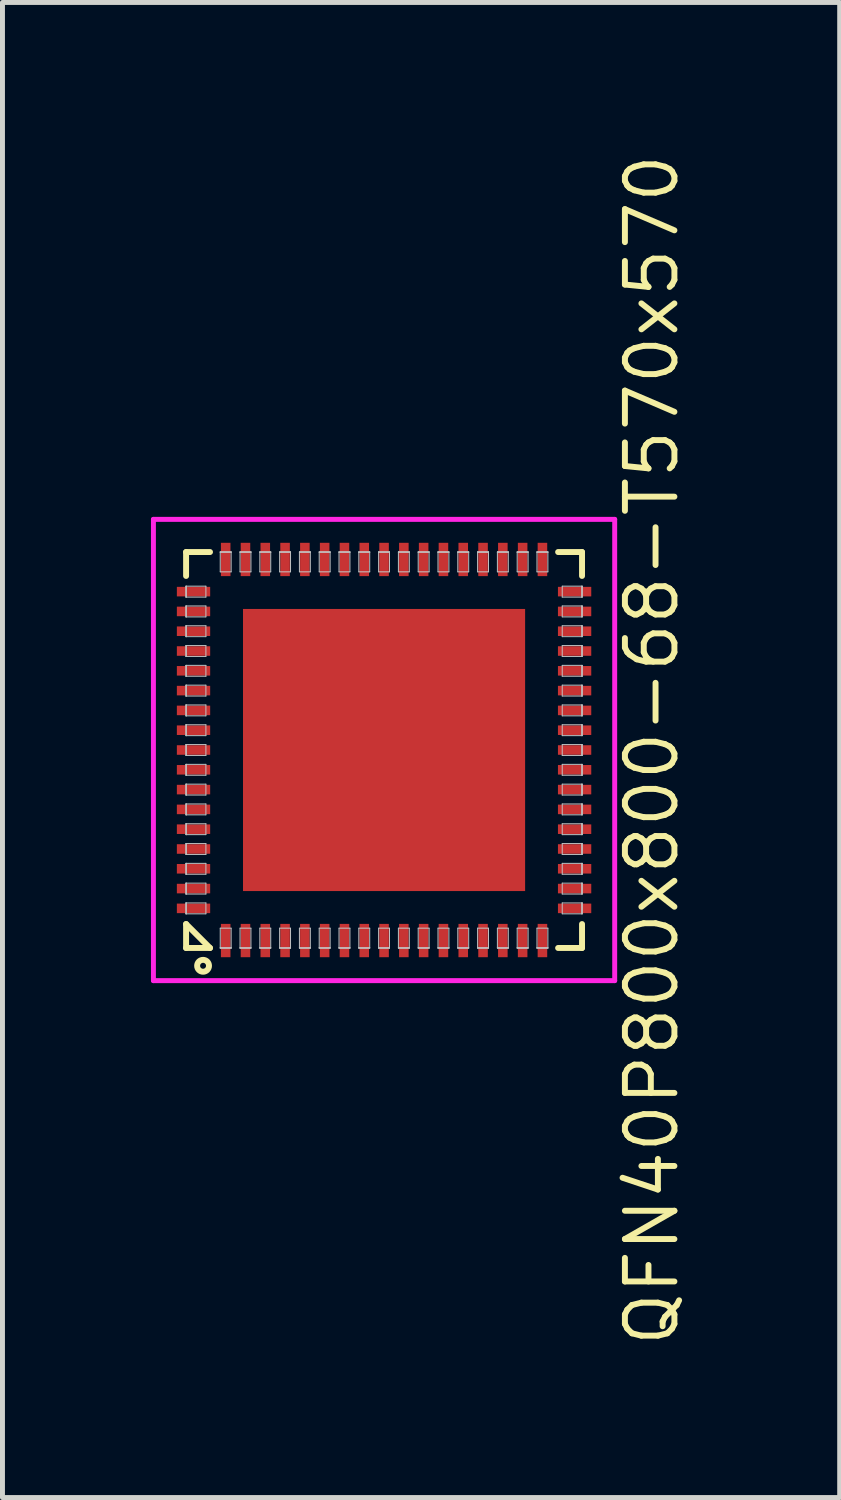
<source format=kicad_pcb>
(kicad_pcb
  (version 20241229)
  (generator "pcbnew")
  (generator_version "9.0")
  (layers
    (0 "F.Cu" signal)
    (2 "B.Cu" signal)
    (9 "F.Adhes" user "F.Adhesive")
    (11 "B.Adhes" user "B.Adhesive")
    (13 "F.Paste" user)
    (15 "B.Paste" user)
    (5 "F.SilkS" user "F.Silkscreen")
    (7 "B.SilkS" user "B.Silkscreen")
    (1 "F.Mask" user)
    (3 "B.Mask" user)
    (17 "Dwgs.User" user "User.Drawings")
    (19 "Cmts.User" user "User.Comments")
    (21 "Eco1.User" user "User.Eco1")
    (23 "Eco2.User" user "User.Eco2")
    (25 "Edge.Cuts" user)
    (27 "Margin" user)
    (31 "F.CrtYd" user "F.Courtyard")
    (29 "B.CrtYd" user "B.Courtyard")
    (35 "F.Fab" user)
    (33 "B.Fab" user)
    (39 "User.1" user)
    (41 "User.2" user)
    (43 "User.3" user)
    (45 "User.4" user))
  (footprint "QFN40P800x800-68-T570x570"
    (layer "F.Cu")
    (at 4.71 12.104)
    (property "Reference" "QFN40P800x800-68-T570x570" (at 5.41 0 90) (layer "F.SilkS") (effects (font (size 1 1) (thickness 0.12))))
    (attr through_hole)
    (fp_line (start -4 -4) (end -4 -3.517) (stroke (width 0.12) (type solid)) (layer "F.SilkS"))
    (fp_line (start -4 -4) (end -3.517 -4) (stroke (width 0.12) (type solid)) (layer "F.SilkS"))
    (fp_line (start -4 3.517) (end -3.517 4) (stroke (width 0.12) (type solid)) (layer "F.SilkS"))
    (fp_line (start -4 4) (end -4 3.517) (stroke (width 0.12) (type solid)) (layer "F.SilkS"))
    (fp_line (start -4 4) (end -3.517 4) (stroke (width 0.12) (type solid)) (layer "F.SilkS"))
    (fp_line (start 4 -4) (end 3.517 -4) (stroke (width 0.12) (type solid)) (layer "F.SilkS"))
    (fp_line (start 4 -4) (end 4 -3.517) (stroke (width 0.12) (type solid)) (layer "F.SilkS"))
    (fp_line (start 4 4) (end 3.517 4) (stroke (width 0.12) (type solid)) (layer "F.SilkS"))
    (fp_line (start 4 4) (end 4 3.517) (stroke (width 0.12) (type solid)) (layer "F.SilkS"))
    (fp_circle (center -3.657 4.36) (end -3.537 4.36) (stroke (width 0.12) (type solid)) (fill no) (layer "F.SilkS"))
    (fp_line (start -4 -3.31) (end -4 -3.31) (stroke (width 0.02) (type solid)) (layer "Dwgs.User"))
    (fp_line (start -4 -3.31) (end -4 -3.09) (stroke (width 0.02) (type solid)) (layer "Dwgs.User"))
    (fp_line (start -4 -3.31) (end -3.6 -3.31) (stroke (width 0.02) (type solid)) (layer "Dwgs.User"))
    (fp_line (start -4 -3.09) (end -4 -3.31) (stroke (width 0.02) (type solid)) (layer "Dwgs.User"))
    (fp_line (start -4 -3.09) (end -4 -3.31) (stroke (width 0.02) (type solid)) (layer "Dwgs.User"))
    (fp_line (start -4 -3.09) (end -4 -3.09) (stroke (width 0.02) (type solid)) (layer "Dwgs.User"))
    (fp_line (start -4 -2.91) (end -4 -2.91) (stroke (width 0.02) (type solid)) (layer "Dwgs.User"))
    (fp_line (start -4 -2.91) (end -4 -2.69) (stroke (width 0.02) (type solid)) (layer "Dwgs.User"))
    (fp_line (start -4 -2.91) (end -3.6 -2.91) (stroke (width 0.02) (type solid)) (layer "Dwgs.User"))
    (fp_line (start -4 -2.69) (end -4 -2.91) (stroke (width 0.02) (type solid)) (layer "Dwgs.User"))
    (fp_line (start -4 -2.69) (end -4 -2.91) (stroke (width 0.02) (type solid)) (layer "Dwgs.User"))
    (fp_line (start -4 -2.69) (end -4 -2.69) (stroke (width 0.02) (type solid)) (layer "Dwgs.User"))
    (fp_line (start -4 -2.51) (end -4 -2.51) (stroke (width 0.02) (type solid)) (layer "Dwgs.User"))
    (fp_line (start -4 -2.51) (end -4 -2.29) (stroke (width 0.02) (type solid)) (layer "Dwgs.User"))
    (fp_line (start -4 -2.51) (end -3.6 -2.51) (stroke (width 0.02) (type solid)) (layer "Dwgs.User"))
    (fp_line (start -4 -2.29) (end -4 -2.51) (stroke (width 0.02) (type solid)) (layer "Dwgs.User"))
    (fp_line (start -4 -2.29) (end -4 -2.51) (stroke (width 0.02) (type solid)) (layer "Dwgs.User"))
    (fp_line (start -4 -2.29) (end -4 -2.29) (stroke (width 0.02) (type solid)) (layer "Dwgs.User"))
    (fp_line (start -4 -2.11) (end -4 -2.11) (stroke (width 0.02) (type solid)) (layer "Dwgs.User"))
    (fp_line (start -4 -2.11) (end -4 -1.89) (stroke (width 0.02) (type solid)) (layer "Dwgs.User"))
    (fp_line (start -4 -2.11) (end -3.6 -2.11) (stroke (width 0.02) (type solid)) (layer "Dwgs.User"))
    (fp_line (start -4 -1.89) (end -4 -2.11) (stroke (width 0.02) (type solid)) (layer "Dwgs.User"))
    (fp_line (start -4 -1.89) (end -4 -2.11) (stroke (width 0.02) (type solid)) (layer "Dwgs.User"))
    (fp_line (start -4 -1.89) (end -4 -1.89) (stroke (width 0.02) (type solid)) (layer "Dwgs.User"))
    (fp_line (start -4 -1.71) (end -4 -1.71) (stroke (width 0.02) (type solid)) (layer "Dwgs.User"))
    (fp_line (start -4 -1.71) (end -4 -1.49) (stroke (width 0.02) (type solid)) (layer "Dwgs.User"))
    (fp_line (start -4 -1.71) (end -3.6 -1.71) (stroke (width 0.02) (type solid)) (layer "Dwgs.User"))
    (fp_line (start -4 -1.49) (end -4 -1.71) (stroke (width 0.02) (type solid)) (layer "Dwgs.User"))
    (fp_line (start -4 -1.49) (end -4 -1.71) (stroke (width 0.02) (type solid)) (layer "Dwgs.User"))
    (fp_line (start -4 -1.49) (end -4 -1.49) (stroke (width 0.02) (type solid)) (layer "Dwgs.User"))
    (fp_line (start -4 -1.31) (end -4 -1.31) (stroke (width 0.02) (type solid)) (layer "Dwgs.User"))
    (fp_line (start -4 -1.31) (end -4 -1.09) (stroke (width 0.02) (type solid)) (layer "Dwgs.User"))
    (fp_line (start -4 -1.31) (end -3.6 -1.31) (stroke (width 0.02) (type solid)) (layer "Dwgs.User"))
    (fp_line (start -4 -1.09) (end -4 -1.31) (stroke (width 0.02) (type solid)) (layer "Dwgs.User"))
    (fp_line (start -4 -1.09) (end -4 -1.31) (stroke (width 0.02) (type solid)) (layer "Dwgs.User"))
    (fp_line (start -4 -1.09) (end -4 -1.09) (stroke (width 0.02) (type solid)) (layer "Dwgs.User"))
    (fp_line (start -4 -0.91) (end -4 -0.91) (stroke (width 0.02) (type solid)) (layer "Dwgs.User"))
    (fp_line (start -4 -0.91) (end -4 -0.69) (stroke (width 0.02) (type solid)) (layer "Dwgs.User"))
    (fp_line (start -4 -0.91) (end -3.6 -0.91) (stroke (width 0.02) (type solid)) (layer "Dwgs.User"))
    (fp_line (start -4 -0.69) (end -4 -0.91) (stroke (width 0.02) (type solid)) (layer "Dwgs.User"))
    (fp_line (start -4 -0.69) (end -4 -0.91) (stroke (width 0.02) (type solid)) (layer "Dwgs.User"))
    (fp_line (start -4 -0.69) (end -4 -0.69) (stroke (width 0.02) (type solid)) (layer "Dwgs.User"))
    (fp_line (start -4 -0.51) (end -4 -0.51) (stroke (width 0.02) (type solid)) (layer "Dwgs.User"))
    (fp_line (start -4 -0.51) (end -4 -0.29) (stroke (width 0.02) (type solid)) (layer "Dwgs.User"))
    (fp_line (start -4 -0.51) (end -3.6 -0.51) (stroke (width 0.02) (type solid)) (layer "Dwgs.User"))
    (fp_line (start -4 -0.29) (end -4 -0.51) (stroke (width 0.02) (type solid)) (layer "Dwgs.User"))
    (fp_line (start -4 -0.29) (end -4 -0.51) (stroke (width 0.02) (type solid)) (layer "Dwgs.User"))
    (fp_line (start -4 -0.29) (end -4 -0.29) (stroke (width 0.02) (type solid)) (layer "Dwgs.User"))
    (fp_line (start -4 -0.11) (end -4 -0.11) (stroke (width 0.02) (type solid)) (layer "Dwgs.User"))
    (fp_line (start -4 -0.11) (end -4 0.11) (stroke (width 0.02) (type solid)) (layer "Dwgs.User"))
    (fp_line (start -4 -0.11) (end -3.6 -0.11) (stroke (width 0.02) (type solid)) (layer "Dwgs.User"))
    (fp_line (start -4 0.11) (end -4 -0.11) (stroke (width 0.02) (type solid)) (layer "Dwgs.User"))
    (fp_line (start -4 0.11) (end -4 -0.11) (stroke (width 0.02) (type solid)) (layer "Dwgs.User"))
    (fp_line (start -4 0.11) (end -4 0.11) (stroke (width 0.02) (type solid)) (layer "Dwgs.User"))
    (fp_line (start -4 0.29) (end -4 0.29) (stroke (width 0.02) (type solid)) (layer "Dwgs.User"))
    (fp_line (start -4 0.29) (end -4 0.51) (stroke (width 0.02) (type solid)) (layer "Dwgs.User"))
    (fp_line (start -4 0.29) (end -3.6 0.29) (stroke (width 0.02) (type solid)) (layer "Dwgs.User"))
    (fp_line (start -4 0.51) (end -4 0.29) (stroke (width 0.02) (type solid)) (layer "Dwgs.User"))
    (fp_line (start -4 0.51) (end -4 0.29) (stroke (width 0.02) (type solid)) (layer "Dwgs.User"))
    (fp_line (start -4 0.51) (end -4 0.51) (stroke (width 0.02) (type solid)) (layer "Dwgs.User"))
    (fp_line (start -4 0.69) (end -4 0.69) (stroke (width 0.02) (type solid)) (layer "Dwgs.User"))
    (fp_line (start -4 0.69) (end -4 0.91) (stroke (width 0.02) (type solid)) (layer "Dwgs.User"))
    (fp_line (start -4 0.69) (end -3.6 0.69) (stroke (width 0.02) (type solid)) (layer "Dwgs.User"))
    (fp_line (start -4 0.91) (end -4 0.69) (stroke (width 0.02) (type solid)) (layer "Dwgs.User"))
    (fp_line (start -4 0.91) (end -4 0.69) (stroke (width 0.02) (type solid)) (layer "Dwgs.User"))
    (fp_line (start -4 0.91) (end -4 0.91) (stroke (width 0.02) (type solid)) (layer "Dwgs.User"))
    (fp_line (start -4 1.09) (end -4 1.09) (stroke (width 0.02) (type solid)) (layer "Dwgs.User"))
    (fp_line (start -4 1.09) (end -4 1.31) (stroke (width 0.02) (type solid)) (layer "Dwgs.User"))
    (fp_line (start -4 1.09) (end -3.6 1.09) (stroke (width 0.02) (type solid)) (layer "Dwgs.User"))
    (fp_line (start -4 1.31) (end -4 1.09) (stroke (width 0.02) (type solid)) (layer "Dwgs.User"))
    (fp_line (start -4 1.31) (end -4 1.09) (stroke (width 0.02) (type solid)) (layer "Dwgs.User"))
    (fp_line (start -4 1.31) (end -4 1.31) (stroke (width 0.02) (type solid)) (layer "Dwgs.User"))
    (fp_line (start -4 1.49) (end -4 1.49) (stroke (width 0.02) (type solid)) (layer "Dwgs.User"))
    (fp_line (start -4 1.49) (end -4 1.71) (stroke (width 0.02) (type solid)) (layer "Dwgs.User"))
    (fp_line (start -4 1.49) (end -3.6 1.49) (stroke (width 0.02) (type solid)) (layer "Dwgs.User"))
    (fp_line (start -4 1.71) (end -4 1.49) (stroke (width 0.02) (type solid)) (layer "Dwgs.User"))
    (fp_line (start -4 1.71) (end -4 1.49) (stroke (width 0.02) (type solid)) (layer "Dwgs.User"))
    (fp_line (start -4 1.71) (end -4 1.71) (stroke (width 0.02) (type solid)) (layer "Dwgs.User"))
    (fp_line (start -4 1.89) (end -4 1.89) (stroke (width 0.02) (type solid)) (layer "Dwgs.User"))
    (fp_line (start -4 1.89) (end -4 2.11) (stroke (width 0.02) (type solid)) (layer "Dwgs.User"))
    (fp_line (start -4 1.89) (end -3.6 1.89) (stroke (width 0.02) (type solid)) (layer "Dwgs.User"))
    (fp_line (start -4 2.11) (end -4 1.89) (stroke (width 0.02) (type solid)) (layer "Dwgs.User"))
    (fp_line (start -4 2.11) (end -4 1.89) (stroke (width 0.02) (type solid)) (layer "Dwgs.User"))
    (fp_line (start -4 2.11) (end -4 2.11) (stroke (width 0.02) (type solid)) (layer "Dwgs.User"))
    (fp_line (start -4 2.29) (end -4 2.29) (stroke (width 0.02) (type solid)) (layer "Dwgs.User"))
    (fp_line (start -4 2.29) (end -4 2.51) (stroke (width 0.02) (type solid)) (layer "Dwgs.User"))
    (fp_line (start -4 2.29) (end -3.6 2.29) (stroke (width 0.02) (type solid)) (layer "Dwgs.User"))
    (fp_line (start -4 2.51) (end -4 2.29) (stroke (width 0.02) (type solid)) (layer "Dwgs.User"))
    (fp_line (start -4 2.51) (end -4 2.29) (stroke (width 0.02) (type solid)) (layer "Dwgs.User"))
    (fp_line (start -4 2.51) (end -4 2.51) (stroke (width 0.02) (type solid)) (layer "Dwgs.User"))
    (fp_line (start -4 2.69) (end -4 2.69) (stroke (width 0.02) (type solid)) (layer "Dwgs.User"))
    (fp_line (start -4 2.69) (end -4 2.91) (stroke (width 0.02) (type solid)) (layer "Dwgs.User"))
    (fp_line (start -4 2.69) (end -3.6 2.69) (stroke (width 0.02) (type solid)) (layer "Dwgs.User"))
    (fp_line (start -4 2.91) (end -4 2.69) (stroke (width 0.02) (type solid)) (layer "Dwgs.User"))
    (fp_line (start -4 2.91) (end -4 2.69) (stroke (width 0.02) (type solid)) (layer "Dwgs.User"))
    (fp_line (start -4 2.91) (end -4 2.91) (stroke (width 0.02) (type solid)) (layer "Dwgs.User"))
    (fp_line (start -4 3.09) (end -4 3.09) (stroke (width 0.02) (type solid)) (layer "Dwgs.User"))
    (fp_line (start -4 3.09) (end -4 3.31) (stroke (width 0.02) (type solid)) (layer "Dwgs.User"))
    (fp_line (start -4 3.09) (end -3.6 3.09) (stroke (width 0.02) (type solid)) (layer "Dwgs.User"))
    (fp_line (start -4 3.31) (end -4 3.09) (stroke (width 0.02) (type solid)) (layer "Dwgs.User"))
    (fp_line (start -4 3.31) (end -4 3.09) (stroke (width 0.02) (type solid)) (layer "Dwgs.User"))
    (fp_line (start -4 3.31) (end -4 3.31) (stroke (width 0.02) (type solid)) (layer "Dwgs.User"))
    (fp_line (start -3.6 -3.31) (end -3.6 -3.09) (stroke (width 0.02) (type solid)) (layer "Dwgs.User"))
    (fp_line (start -3.6 -3.09) (end -4 -3.09) (stroke (width 0.02) (type solid)) (layer "Dwgs.User"))
    (fp_line (start -3.6 -2.91) (end -3.6 -2.69) (stroke (width 0.02) (type solid)) (layer "Dwgs.User"))
    (fp_line (start -3.6 -2.69) (end -4 -2.69) (stroke (width 0.02) (type solid)) (layer "Dwgs.User"))
    (fp_line (start -3.6 -2.51) (end -3.6 -2.29) (stroke (width 0.02) (type solid)) (layer "Dwgs.User"))
    (fp_line (start -3.6 -2.29) (end -4 -2.29) (stroke (width 0.02) (type solid)) (layer "Dwgs.User"))
    (fp_line (start -3.6 -2.11) (end -3.6 -1.89) (stroke (width 0.02) (type solid)) (layer "Dwgs.User"))
    (fp_line (start -3.6 -1.89) (end -4 -1.89) (stroke (width 0.02) (type solid)) (layer "Dwgs.User"))
    (fp_line (start -3.6 -1.71) (end -3.6 -1.49) (stroke (width 0.02) (type solid)) (layer "Dwgs.User"))
    (fp_line (start -3.6 -1.49) (end -4 -1.49) (stroke (width 0.02) (type solid)) (layer "Dwgs.User"))
    (fp_line (start -3.6 -1.31) (end -3.6 -1.09) (stroke (width 0.02) (type solid)) (layer "Dwgs.User"))
    (fp_line (start -3.6 -1.09) (end -4 -1.09) (stroke (width 0.02) (type solid)) (layer "Dwgs.User"))
    (fp_line (start -3.6 -0.91) (end -3.6 -0.69) (stroke (width 0.02) (type solid)) (layer "Dwgs.User"))
    (fp_line (start -3.6 -0.69) (end -4 -0.69) (stroke (width 0.02) (type solid)) (layer "Dwgs.User"))
    (fp_line (start -3.6 -0.51) (end -3.6 -0.29) (stroke (width 0.02) (type solid)) (layer "Dwgs.User"))
    (fp_line (start -3.6 -0.29) (end -4 -0.29) (stroke (width 0.02) (type solid)) (layer "Dwgs.User"))
    (fp_line (start -3.6 -0.11) (end -3.6 0.11) (stroke (width 0.02) (type solid)) (layer "Dwgs.User"))
    (fp_line (start -3.6 0.11) (end -4 0.11) (stroke (width 0.02) (type solid)) (layer "Dwgs.User"))
    (fp_line (start -3.6 0.29) (end -3.6 0.51) (stroke (width 0.02) (type solid)) (layer "Dwgs.User"))
    (fp_line (start -3.6 0.51) (end -4 0.51) (stroke (width 0.02) (type solid)) (layer "Dwgs.User"))
    (fp_line (start -3.6 0.69) (end -3.6 0.91) (stroke (width 0.02) (type solid)) (layer "Dwgs.User"))
    (fp_line (start -3.6 0.91) (end -4 0.91) (stroke (width 0.02) (type solid)) (layer "Dwgs.User"))
    (fp_line (start -3.6 1.09) (end -3.6 1.31) (stroke (width 0.02) (type solid)) (layer "Dwgs.User"))
    (fp_line (start -3.6 1.31) (end -4 1.31) (stroke (width 0.02) (type solid)) (layer "Dwgs.User"))
    (fp_line (start -3.6 1.49) (end -3.6 1.71) (stroke (width 0.02) (type solid)) (layer "Dwgs.User"))
    (fp_line (start -3.6 1.71) (end -4 1.71) (stroke (width 0.02) (type solid)) (layer "Dwgs.User"))
    (fp_line (start -3.6 1.89) (end -3.6 2.11) (stroke (width 0.02) (type solid)) (layer "Dwgs.User"))
    (fp_line (start -3.6 2.11) (end -4 2.11) (stroke (width 0.02) (type solid)) (layer "Dwgs.User"))
    (fp_line (start -3.6 2.29) (end -3.6 2.51) (stroke (width 0.02) (type solid)) (layer "Dwgs.User"))
    (fp_line (start -3.6 2.51) (end -4 2.51) (stroke (width 0.02) (type solid)) (layer "Dwgs.User"))
    (fp_line (start -3.6 2.69) (end -3.6 2.91) (stroke (width 0.02) (type solid)) (layer "Dwgs.User"))
    (fp_line (start -3.6 2.91) (end -4 2.91) (stroke (width 0.02) (type solid)) (layer "Dwgs.User"))
    (fp_line (start -3.6 3.09) (end -3.6 3.31) (stroke (width 0.02) (type solid)) (layer "Dwgs.User"))
    (fp_line (start -3.6 3.31) (end -4 3.31) (stroke (width 0.02) (type solid)) (layer "Dwgs.User"))
    (fp_line (start -3.31 -4) (end -3.31 -4) (stroke (width 0.02) (type solid)) (layer "Dwgs.User"))
    (fp_line (start -3.31 -4) (end -3.09 -4) (stroke (width 0.02) (type solid)) (layer "Dwgs.User"))
    (fp_line (start -3.31 -4) (end -3.09 -4) (stroke (width 0.02) (type solid)) (layer "Dwgs.User"))
    (fp_line (start -3.31 -3.6) (end -3.31 -4) (stroke (width 0.02) (type solid)) (layer "Dwgs.User"))
    (fp_line (start -3.31 3.6) (end -3.31 4) (stroke (width 0.02) (type solid)) (layer "Dwgs.User"))
    (fp_line (start -3.31 4) (end -3.31 4) (stroke (width 0.02) (type solid)) (layer "Dwgs.User"))
    (fp_line (start -3.31 4) (end -3.09 4) (stroke (width 0.02) (type solid)) (layer "Dwgs.User"))
    (fp_line (start -3.31 4) (end -3.09 4) (stroke (width 0.02) (type solid)) (layer "Dwgs.User"))
    (fp_line (start -3.09 -4) (end -3.31 -4) (stroke (width 0.02) (type solid)) (layer "Dwgs.User"))
    (fp_line (start -3.09 -4) (end -3.09 -4) (stroke (width 0.02) (type solid)) (layer "Dwgs.User"))
    (fp_line (start -3.09 -4) (end -3.09 -3.6) (stroke (width 0.02) (type solid)) (layer "Dwgs.User"))
    (fp_line (start -3.09 -3.6) (end -3.31 -3.6) (stroke (width 0.02) (type solid)) (layer "Dwgs.User"))
    (fp_line (start -3.09 3.6) (end -3.31 3.6) (stroke (width 0.02) (type solid)) (layer "Dwgs.User"))
    (fp_line (start -3.09 4) (end -3.31 4) (stroke (width 0.02) (type solid)) (layer "Dwgs.User"))
    (fp_line (start -3.09 4) (end -3.09 3.6) (stroke (width 0.02) (type solid)) (layer "Dwgs.User"))
    (fp_line (start -3.09 4) (end -3.09 4) (stroke (width 0.02) (type solid)) (layer "Dwgs.User"))
    (fp_line (start -2.91 -4) (end -2.91 -4) (stroke (width 0.02) (type solid)) (layer "Dwgs.User"))
    (fp_line (start -2.91 -4) (end -2.69 -4) (stroke (width 0.02) (type solid)) (layer "Dwgs.User"))
    (fp_line (start -2.91 -4) (end -2.69 -4) (stroke (width 0.02) (type solid)) (layer "Dwgs.User"))
    (fp_line (start -2.91 -3.6) (end -2.91 -4) (stroke (width 0.02) (type solid)) (layer "Dwgs.User"))
    (fp_line (start -2.91 3.6) (end -2.91 4) (stroke (width 0.02) (type solid)) (layer "Dwgs.User"))
    (fp_line (start -2.91 4) (end -2.91 4) (stroke (width 0.02) (type solid)) (layer "Dwgs.User"))
    (fp_line (start -2.91 4) (end -2.69 4) (stroke (width 0.02) (type solid)) (layer "Dwgs.User"))
    (fp_line (start -2.91 4) (end -2.69 4) (stroke (width 0.02) (type solid)) (layer "Dwgs.User"))
    (fp_line (start -2.69 -4) (end -2.91 -4) (stroke (width 0.02) (type solid)) (layer "Dwgs.User"))
    (fp_line (start -2.69 -4) (end -2.69 -4) (stroke (width 0.02) (type solid)) (layer "Dwgs.User"))
    (fp_line (start -2.69 -4) (end -2.69 -3.6) (stroke (width 0.02) (type solid)) (layer "Dwgs.User"))
    (fp_line (start -2.69 -3.6) (end -2.91 -3.6) (stroke (width 0.02) (type solid)) (layer "Dwgs.User"))
    (fp_line (start -2.69 3.6) (end -2.91 3.6) (stroke (width 0.02) (type solid)) (layer "Dwgs.User"))
    (fp_line (start -2.69 4) (end -2.91 4) (stroke (width 0.02) (type solid)) (layer "Dwgs.User"))
    (fp_line (start -2.69 4) (end -2.69 3.6) (stroke (width 0.02) (type solid)) (layer "Dwgs.User"))
    (fp_line (start -2.69 4) (end -2.69 4) (stroke (width 0.02) (type solid)) (layer "Dwgs.User"))
    (fp_line (start -2.51 -4) (end -2.51 -4) (stroke (width 0.02) (type solid)) (layer "Dwgs.User"))
    (fp_line (start -2.51 -4) (end -2.29 -4) (stroke (width 0.02) (type solid)) (layer "Dwgs.User"))
    (fp_line (start -2.51 -4) (end -2.29 -4) (stroke (width 0.02) (type solid)) (layer "Dwgs.User"))
    (fp_line (start -2.51 -3.6) (end -2.51 -4) (stroke (width 0.02) (type solid)) (layer "Dwgs.User"))
    (fp_line (start -2.51 3.6) (end -2.51 4) (stroke (width 0.02) (type solid)) (layer "Dwgs.User"))
    (fp_line (start -2.51 4) (end -2.51 4) (stroke (width 0.02) (type solid)) (layer "Dwgs.User"))
    (fp_line (start -2.51 4) (end -2.29 4) (stroke (width 0.02) (type solid)) (layer "Dwgs.User"))
    (fp_line (start -2.51 4) (end -2.29 4) (stroke (width 0.02) (type solid)) (layer "Dwgs.User"))
    (fp_line (start -2.29 -4) (end -2.51 -4) (stroke (width 0.02) (type solid)) (layer "Dwgs.User"))
    (fp_line (start -2.29 -4) (end -2.29 -4) (stroke (width 0.02) (type solid)) (layer "Dwgs.User"))
    (fp_line (start -2.29 -4) (end -2.29 -3.6) (stroke (width 0.02) (type solid)) (layer "Dwgs.User"))
    (fp_line (start -2.29 -3.6) (end -2.51 -3.6) (stroke (width 0.02) (type solid)) (layer "Dwgs.User"))
    (fp_line (start -2.29 3.6) (end -2.51 3.6) (stroke (width 0.02) (type solid)) (layer "Dwgs.User"))
    (fp_line (start -2.29 4) (end -2.51 4) (stroke (width 0.02) (type solid)) (layer "Dwgs.User"))
    (fp_line (start -2.29 4) (end -2.29 3.6) (stroke (width 0.02) (type solid)) (layer "Dwgs.User"))
    (fp_line (start -2.29 4) (end -2.29 4) (stroke (width 0.02) (type solid)) (layer "Dwgs.User"))
    (fp_line (start -2.11 -4) (end -2.11 -4) (stroke (width 0.02) (type solid)) (layer "Dwgs.User"))
    (fp_line (start -2.11 -4) (end -1.89 -4) (stroke (width 0.02) (type solid)) (layer "Dwgs.User"))
    (fp_line (start -2.11 -4) (end -1.89 -4) (stroke (width 0.02) (type solid)) (layer "Dwgs.User"))
    (fp_line (start -2.11 -3.6) (end -2.11 -4) (stroke (width 0.02) (type solid)) (layer "Dwgs.User"))
    (fp_line (start -2.11 3.6) (end -2.11 4) (stroke (width 0.02) (type solid)) (layer "Dwgs.User"))
    (fp_line (start -2.11 4) (end -2.11 4) (stroke (width 0.02) (type solid)) (layer "Dwgs.User"))
    (fp_line (start -2.11 4) (end -1.89 4) (stroke (width 0.02) (type solid)) (layer "Dwgs.User"))
    (fp_line (start -2.11 4) (end -1.89 4) (stroke (width 0.02) (type solid)) (layer "Dwgs.User"))
    (fp_line (start -1.89 -4) (end -2.11 -4) (stroke (width 0.02) (type solid)) (layer "Dwgs.User"))
    (fp_line (start -1.89 -4) (end -1.89 -4) (stroke (width 0.02) (type solid)) (layer "Dwgs.User"))
    (fp_line (start -1.89 -4) (end -1.89 -3.6) (stroke (width 0.02) (type solid)) (layer "Dwgs.User"))
    (fp_line (start -1.89 -3.6) (end -2.11 -3.6) (stroke (width 0.02) (type solid)) (layer "Dwgs.User"))
    (fp_line (start -1.89 3.6) (end -2.11 3.6) (stroke (width 0.02) (type solid)) (layer "Dwgs.User"))
    (fp_line (start -1.89 4) (end -2.11 4) (stroke (width 0.02) (type solid)) (layer "Dwgs.User"))
    (fp_line (start -1.89 4) (end -1.89 3.6) (stroke (width 0.02) (type solid)) (layer "Dwgs.User"))
    (fp_line (start -1.89 4) (end -1.89 4) (stroke (width 0.02) (type solid)) (layer "Dwgs.User"))
    (fp_line (start -1.71 -4) (end -1.71 -4) (stroke (width 0.02) (type solid)) (layer "Dwgs.User"))
    (fp_line (start -1.71 -4) (end -1.49 -4) (stroke (width 0.02) (type solid)) (layer "Dwgs.User"))
    (fp_line (start -1.71 -4) (end -1.49 -4) (stroke (width 0.02) (type solid)) (layer "Dwgs.User"))
    (fp_line (start -1.71 -3.6) (end -1.71 -4) (stroke (width 0.02) (type solid)) (layer "Dwgs.User"))
    (fp_line (start -1.71 3.6) (end -1.71 4) (stroke (width 0.02) (type solid)) (layer "Dwgs.User"))
    (fp_line (start -1.71 4) (end -1.71 4) (stroke (width 0.02) (type solid)) (layer "Dwgs.User"))
    (fp_line (start -1.71 4) (end -1.49 4) (stroke (width 0.02) (type solid)) (layer "Dwgs.User"))
    (fp_line (start -1.71 4) (end -1.49 4) (stroke (width 0.02) (type solid)) (layer "Dwgs.User"))
    (fp_line (start -1.49 -4) (end -1.71 -4) (stroke (width 0.02) (type solid)) (layer "Dwgs.User"))
    (fp_line (start -1.49 -4) (end -1.49 -4) (stroke (width 0.02) (type solid)) (layer "Dwgs.User"))
    (fp_line (start -1.49 -4) (end -1.49 -3.6) (stroke (width 0.02) (type solid)) (layer "Dwgs.User"))
    (fp_line (start -1.49 -3.6) (end -1.71 -3.6) (stroke (width 0.02) (type solid)) (layer "Dwgs.User"))
    (fp_line (start -1.49 3.6) (end -1.71 3.6) (stroke (width 0.02) (type solid)) (layer "Dwgs.User"))
    (fp_line (start -1.49 4) (end -1.71 4) (stroke (width 0.02) (type solid)) (layer "Dwgs.User"))
    (fp_line (start -1.49 4) (end -1.49 3.6) (stroke (width 0.02) (type solid)) (layer "Dwgs.User"))
    (fp_line (start -1.49 4) (end -1.49 4) (stroke (width 0.02) (type solid)) (layer "Dwgs.User"))
    (fp_line (start -1.31 -4) (end -1.31 -4) (stroke (width 0.02) (type solid)) (layer "Dwgs.User"))
    (fp_line (start -1.31 -4) (end -1.09 -4) (stroke (width 0.02) (type solid)) (layer "Dwgs.User"))
    (fp_line (start -1.31 -4) (end -1.09 -4) (stroke (width 0.02) (type solid)) (layer "Dwgs.User"))
    (fp_line (start -1.31 -3.6) (end -1.31 -4) (stroke (width 0.02) (type solid)) (layer "Dwgs.User"))
    (fp_line (start -1.31 3.6) (end -1.31 4) (stroke (width 0.02) (type solid)) (layer "Dwgs.User"))
    (fp_line (start -1.31 4) (end -1.31 4) (stroke (width 0.02) (type solid)) (layer "Dwgs.User"))
    (fp_line (start -1.31 4) (end -1.09 4) (stroke (width 0.02) (type solid)) (layer "Dwgs.User"))
    (fp_line (start -1.31 4) (end -1.09 4) (stroke (width 0.02) (type solid)) (layer "Dwgs.User"))
    (fp_line (start -1.09 -4) (end -1.31 -4) (stroke (width 0.02) (type solid)) (layer "Dwgs.User"))
    (fp_line (start -1.09 -4) (end -1.09 -4) (stroke (width 0.02) (type solid)) (layer "Dwgs.User"))
    (fp_line (start -1.09 -4) (end -1.09 -3.6) (stroke (width 0.02) (type solid)) (layer "Dwgs.User"))
    (fp_line (start -1.09 -3.6) (end -1.31 -3.6) (stroke (width 0.02) (type solid)) (layer "Dwgs.User"))
    (fp_line (start -1.09 3.6) (end -1.31 3.6) (stroke (width 0.02) (type solid)) (layer "Dwgs.User"))
    (fp_line (start -1.09 4) (end -1.31 4) (stroke (width 0.02) (type solid)) (layer "Dwgs.User"))
    (fp_line (start -1.09 4) (end -1.09 3.6) (stroke (width 0.02) (type solid)) (layer "Dwgs.User"))
    (fp_line (start -1.09 4) (end -1.09 4) (stroke (width 0.02) (type solid)) (layer "Dwgs.User"))
    (fp_line (start -0.91 -4) (end -0.91 -4) (stroke (width 0.02) (type solid)) (layer "Dwgs.User"))
    (fp_line (start -0.91 -4) (end -0.69 -4) (stroke (width 0.02) (type solid)) (layer "Dwgs.User"))
    (fp_line (start -0.91 -4) (end -0.69 -4) (stroke (width 0.02) (type solid)) (layer "Dwgs.User"))
    (fp_line (start -0.91 -3.6) (end -0.91 -4) (stroke (width 0.02) (type solid)) (layer "Dwgs.User"))
    (fp_line (start -0.91 3.6) (end -0.91 4) (stroke (width 0.02) (type solid)) (layer "Dwgs.User"))
    (fp_line (start -0.91 4) (end -0.91 4) (stroke (width 0.02) (type solid)) (layer "Dwgs.User"))
    (fp_line (start -0.91 4) (end -0.69 4) (stroke (width 0.02) (type solid)) (layer "Dwgs.User"))
    (fp_line (start -0.91 4) (end -0.69 4) (stroke (width 0.02) (type solid)) (layer "Dwgs.User"))
    (fp_line (start -0.69 -4) (end -0.91 -4) (stroke (width 0.02) (type solid)) (layer "Dwgs.User"))
    (fp_line (start -0.69 -4) (end -0.69 -4) (stroke (width 0.02) (type solid)) (layer "Dwgs.User"))
    (fp_line (start -0.69 -4) (end -0.69 -3.6) (stroke (width 0.02) (type solid)) (layer "Dwgs.User"))
    (fp_line (start -0.69 -3.6) (end -0.91 -3.6) (stroke (width 0.02) (type solid)) (layer "Dwgs.User"))
    (fp_line (start -0.69 3.6) (end -0.91 3.6) (stroke (width 0.02) (type solid)) (layer "Dwgs.User"))
    (fp_line (start -0.69 4) (end -0.91 4) (stroke (width 0.02) (type solid)) (layer "Dwgs.User"))
    (fp_line (start -0.69 4) (end -0.69 3.6) (stroke (width 0.02) (type solid)) (layer "Dwgs.User"))
    (fp_line (start -0.69 4) (end -0.69 4) (stroke (width 0.02) (type solid)) (layer "Dwgs.User"))
    (fp_line (start -0.51 -4) (end -0.51 -4) (stroke (width 0.02) (type solid)) (layer "Dwgs.User"))
    (fp_line (start -0.51 -4) (end -0.29 -4) (stroke (width 0.02) (type solid)) (layer "Dwgs.User"))
    (fp_line (start -0.51 -4) (end -0.29 -4) (stroke (width 0.02) (type solid)) (layer "Dwgs.User"))
    (fp_line (start -0.51 -3.6) (end -0.51 -4) (stroke (width 0.02) (type solid)) (layer "Dwgs.User"))
    (fp_line (start -0.51 3.6) (end -0.51 4) (stroke (width 0.02) (type solid)) (layer "Dwgs.User"))
    (fp_line (start -0.51 4) (end -0.51 4) (stroke (width 0.02) (type solid)) (layer "Dwgs.User"))
    (fp_line (start -0.51 4) (end -0.29 4) (stroke (width 0.02) (type solid)) (layer "Dwgs.User"))
    (fp_line (start -0.51 4) (end -0.29 4) (stroke (width 0.02) (type solid)) (layer "Dwgs.User"))
    (fp_line (start -0.29 -4) (end -0.51 -4) (stroke (width 0.02) (type solid)) (layer "Dwgs.User"))
    (fp_line (start -0.29 -4) (end -0.29 -4) (stroke (width 0.02) (type solid)) (layer "Dwgs.User"))
    (fp_line (start -0.29 -4) (end -0.29 -3.6) (stroke (width 0.02) (type solid)) (layer "Dwgs.User"))
    (fp_line (start -0.29 -3.6) (end -0.51 -3.6) (stroke (width 0.02) (type solid)) (layer "Dwgs.User"))
    (fp_line (start -0.29 3.6) (end -0.51 3.6) (stroke (width 0.02) (type solid)) (layer "Dwgs.User"))
    (fp_line (start -0.29 4) (end -0.51 4) (stroke (width 0.02) (type solid)) (layer "Dwgs.User"))
    (fp_line (start -0.29 4) (end -0.29 3.6) (stroke (width 0.02) (type solid)) (layer "Dwgs.User"))
    (fp_line (start -0.29 4) (end -0.29 4) (stroke (width 0.02) (type solid)) (layer "Dwgs.User"))
    (fp_line (start -0.11 -4) (end -0.11 -4) (stroke (width 0.02) (type solid)) (layer "Dwgs.User"))
    (fp_line (start -0.11 -4) (end 0.11 -4) (stroke (width 0.02) (type solid)) (layer "Dwgs.User"))
    (fp_line (start -0.11 -4) (end 0.11 -4) (stroke (width 0.02) (type solid)) (layer "Dwgs.User"))
    (fp_line (start -0.11 -3.6) (end -0.11 -4) (stroke (width 0.02) (type solid)) (layer "Dwgs.User"))
    (fp_line (start -0.11 3.6) (end -0.11 4) (stroke (width 0.02) (type solid)) (layer "Dwgs.User"))
    (fp_line (start -0.11 4) (end -0.11 4) (stroke (width 0.02) (type solid)) (layer "Dwgs.User"))
    (fp_line (start -0.11 4) (end 0.11 4) (stroke (width 0.02) (type solid)) (layer "Dwgs.User"))
    (fp_line (start -0.11 4) (end 0.11 4) (stroke (width 0.02) (type solid)) (layer "Dwgs.User"))
    (fp_line (start 0.11 -4) (end -0.11 -4) (stroke (width 0.02) (type solid)) (layer "Dwgs.User"))
    (fp_line (start 0.11 -4) (end 0.11 -4) (stroke (width 0.02) (type solid)) (layer "Dwgs.User"))
    (fp_line (start 0.11 -4) (end 0.11 -3.6) (stroke (width 0.02) (type solid)) (layer "Dwgs.User"))
    (fp_line (start 0.11 -3.6) (end -0.11 -3.6) (stroke (width 0.02) (type solid)) (layer "Dwgs.User"))
    (fp_line (start 0.11 3.6) (end -0.11 3.6) (stroke (width 0.02) (type solid)) (layer "Dwgs.User"))
    (fp_line (start 0.11 4) (end -0.11 4) (stroke (width 0.02) (type solid)) (layer "Dwgs.User"))
    (fp_line (start 0.11 4) (end 0.11 3.6) (stroke (width 0.02) (type solid)) (layer "Dwgs.User"))
    (fp_line (start 0.11 4) (end 0.11 4) (stroke (width 0.02) (type solid)) (layer "Dwgs.User"))
    (fp_line (start 0.29 -4) (end 0.29 -4) (stroke (width 0.02) (type solid)) (layer "Dwgs.User"))
    (fp_line (start 0.29 -4) (end 0.51 -4) (stroke (width 0.02) (type solid)) (layer "Dwgs.User"))
    (fp_line (start 0.29 -4) (end 0.51 -4) (stroke (width 0.02) (type solid)) (layer "Dwgs.User"))
    (fp_line (start 0.29 -3.6) (end 0.29 -4) (stroke (width 0.02) (type solid)) (layer "Dwgs.User"))
    (fp_line (start 0.29 3.6) (end 0.29 4) (stroke (width 0.02) (type solid)) (layer "Dwgs.User"))
    (fp_line (start 0.29 4) (end 0.29 4) (stroke (width 0.02) (type solid)) (layer "Dwgs.User"))
    (fp_line (start 0.29 4) (end 0.51 4) (stroke (width 0.02) (type solid)) (layer "Dwgs.User"))
    (fp_line (start 0.29 4) (end 0.51 4) (stroke (width 0.02) (type solid)) (layer "Dwgs.User"))
    (fp_line (start 0.51 -4) (end 0.29 -4) (stroke (width 0.02) (type solid)) (layer "Dwgs.User"))
    (fp_line (start 0.51 -4) (end 0.51 -4) (stroke (width 0.02) (type solid)) (layer "Dwgs.User"))
    (fp_line (start 0.51 -4) (end 0.51 -3.6) (stroke (width 0.02) (type solid)) (layer "Dwgs.User"))
    (fp_line (start 0.51 -3.6) (end 0.29 -3.6) (stroke (width 0.02) (type solid)) (layer "Dwgs.User"))
    (fp_line (start 0.51 3.6) (end 0.29 3.6) (stroke (width 0.02) (type solid)) (layer "Dwgs.User"))
    (fp_line (start 0.51 4) (end 0.29 4) (stroke (width 0.02) (type solid)) (layer "Dwgs.User"))
    (fp_line (start 0.51 4) (end 0.51 3.6) (stroke (width 0.02) (type solid)) (layer "Dwgs.User"))
    (fp_line (start 0.51 4) (end 0.51 4) (stroke (width 0.02) (type solid)) (layer "Dwgs.User"))
    (fp_line (start 0.69 -4) (end 0.69 -4) (stroke (width 0.02) (type solid)) (layer "Dwgs.User"))
    (fp_line (start 0.69 -4) (end 0.91 -4) (stroke (width 0.02) (type solid)) (layer "Dwgs.User"))
    (fp_line (start 0.69 -4) (end 0.91 -4) (stroke (width 0.02) (type solid)) (layer "Dwgs.User"))
    (fp_line (start 0.69 -3.6) (end 0.69 -4) (stroke (width 0.02) (type solid)) (layer "Dwgs.User"))
    (fp_line (start 0.69 3.6) (end 0.69 4) (stroke (width 0.02) (type solid)) (layer "Dwgs.User"))
    (fp_line (start 0.69 4) (end 0.69 4) (stroke (width 0.02) (type solid)) (layer "Dwgs.User"))
    (fp_line (start 0.69 4) (end 0.91 4) (stroke (width 0.02) (type solid)) (layer "Dwgs.User"))
    (fp_line (start 0.69 4) (end 0.91 4) (stroke (width 0.02) (type solid)) (layer "Dwgs.User"))
    (fp_line (start 0.91 -4) (end 0.69 -4) (stroke (width 0.02) (type solid)) (layer "Dwgs.User"))
    (fp_line (start 0.91 -4) (end 0.91 -4) (stroke (width 0.02) (type solid)) (layer "Dwgs.User"))
    (fp_line (start 0.91 -4) (end 0.91 -3.6) (stroke (width 0.02) (type solid)) (layer "Dwgs.User"))
    (fp_line (start 0.91 -3.6) (end 0.69 -3.6) (stroke (width 0.02) (type solid)) (layer "Dwgs.User"))
    (fp_line (start 0.91 3.6) (end 0.69 3.6) (stroke (width 0.02) (type solid)) (layer "Dwgs.User"))
    (fp_line (start 0.91 4) (end 0.69 4) (stroke (width 0.02) (type solid)) (layer "Dwgs.User"))
    (fp_line (start 0.91 4) (end 0.91 3.6) (stroke (width 0.02) (type solid)) (layer "Dwgs.User"))
    (fp_line (start 0.91 4) (end 0.91 4) (stroke (width 0.02) (type solid)) (layer "Dwgs.User"))
    (fp_line (start 1.09 -4) (end 1.09 -4) (stroke (width 0.02) (type solid)) (layer "Dwgs.User"))
    (fp_line (start 1.09 -4) (end 1.31 -4) (stroke (width 0.02) (type solid)) (layer "Dwgs.User"))
    (fp_line (start 1.09 -4) (end 1.31 -4) (stroke (width 0.02) (type solid)) (layer "Dwgs.User"))
    (fp_line (start 1.09 -3.6) (end 1.09 -4) (stroke (width 0.02) (type solid)) (layer "Dwgs.User"))
    (fp_line (start 1.09 3.6) (end 1.09 4) (stroke (width 0.02) (type solid)) (layer "Dwgs.User"))
    (fp_line (start 1.09 4) (end 1.09 4) (stroke (width 0.02) (type solid)) (layer "Dwgs.User"))
    (fp_line (start 1.09 4) (end 1.31 4) (stroke (width 0.02) (type solid)) (layer "Dwgs.User"))
    (fp_line (start 1.09 4) (end 1.31 4) (stroke (width 0.02) (type solid)) (layer "Dwgs.User"))
    (fp_line (start 1.31 -4) (end 1.09 -4) (stroke (width 0.02) (type solid)) (layer "Dwgs.User"))
    (fp_line (start 1.31 -4) (end 1.31 -4) (stroke (width 0.02) (type solid)) (layer "Dwgs.User"))
    (fp_line (start 1.31 -4) (end 1.31 -3.6) (stroke (width 0.02) (type solid)) (layer "Dwgs.User"))
    (fp_line (start 1.31 -3.6) (end 1.09 -3.6) (stroke (width 0.02) (type solid)) (layer "Dwgs.User"))
    (fp_line (start 1.31 3.6) (end 1.09 3.6) (stroke (width 0.02) (type solid)) (layer "Dwgs.User"))
    (fp_line (start 1.31 4) (end 1.09 4) (stroke (width 0.02) (type solid)) (layer "Dwgs.User"))
    (fp_line (start 1.31 4) (end 1.31 3.6) (stroke (width 0.02) (type solid)) (layer "Dwgs.User"))
    (fp_line (start 1.31 4) (end 1.31 4) (stroke (width 0.02) (type solid)) (layer "Dwgs.User"))
    (fp_line (start 1.49 -4) (end 1.49 -4) (stroke (width 0.02) (type solid)) (layer "Dwgs.User"))
    (fp_line (start 1.49 -4) (end 1.71 -4) (stroke (width 0.02) (type solid)) (layer "Dwgs.User"))
    (fp_line (start 1.49 -4) (end 1.71 -4) (stroke (width 0.02) (type solid)) (layer "Dwgs.User"))
    (fp_line (start 1.49 -3.6) (end 1.49 -4) (stroke (width 0.02) (type solid)) (layer "Dwgs.User"))
    (fp_line (start 1.49 3.6) (end 1.49 4) (stroke (width 0.02) (type solid)) (layer "Dwgs.User"))
    (fp_line (start 1.49 4) (end 1.49 4) (stroke (width 0.02) (type solid)) (layer "Dwgs.User"))
    (fp_line (start 1.49 4) (end 1.71 4) (stroke (width 0.02) (type solid)) (layer "Dwgs.User"))
    (fp_line (start 1.49 4) (end 1.71 4) (stroke (width 0.02) (type solid)) (layer "Dwgs.User"))
    (fp_line (start 1.71 -4) (end 1.49 -4) (stroke (width 0.02) (type solid)) (layer "Dwgs.User"))
    (fp_line (start 1.71 -4) (end 1.71 -4) (stroke (width 0.02) (type solid)) (layer "Dwgs.User"))
    (fp_line (start 1.71 -4) (end 1.71 -3.6) (stroke (width 0.02) (type solid)) (layer "Dwgs.User"))
    (fp_line (start 1.71 -3.6) (end 1.49 -3.6) (stroke (width 0.02) (type solid)) (layer "Dwgs.User"))
    (fp_line (start 1.71 3.6) (end 1.49 3.6) (stroke (width 0.02) (type solid)) (layer "Dwgs.User"))
    (fp_line (start 1.71 4) (end 1.49 4) (stroke (width 0.02) (type solid)) (layer "Dwgs.User"))
    (fp_line (start 1.71 4) (end 1.71 3.6) (stroke (width 0.02) (type solid)) (layer "Dwgs.User"))
    (fp_line (start 1.71 4) (end 1.71 4) (stroke (width 0.02) (type solid)) (layer "Dwgs.User"))
    (fp_line (start 1.89 -4) (end 1.89 -4) (stroke (width 0.02) (type solid)) (layer "Dwgs.User"))
    (fp_line (start 1.89 -4) (end 2.11 -4) (stroke (width 0.02) (type solid)) (layer "Dwgs.User"))
    (fp_line (start 1.89 -4) (end 2.11 -4) (stroke (width 0.02) (type solid)) (layer "Dwgs.User"))
    (fp_line (start 1.89 -3.6) (end 1.89 -4) (stroke (width 0.02) (type solid)) (layer "Dwgs.User"))
    (fp_line (start 1.89 3.6) (end 1.89 4) (stroke (width 0.02) (type solid)) (layer "Dwgs.User"))
    (fp_line (start 1.89 4) (end 1.89 4) (stroke (width 0.02) (type solid)) (layer "Dwgs.User"))
    (fp_line (start 1.89 4) (end 2.11 4) (stroke (width 0.02) (type solid)) (layer "Dwgs.User"))
    (fp_line (start 1.89 4) (end 2.11 4) (stroke (width 0.02) (type solid)) (layer "Dwgs.User"))
    (fp_line (start 2.11 -4) (end 1.89 -4) (stroke (width 0.02) (type solid)) (layer "Dwgs.User"))
    (fp_line (start 2.11 -4) (end 2.11 -4) (stroke (width 0.02) (type solid)) (layer "Dwgs.User"))
    (fp_line (start 2.11 -4) (end 2.11 -3.6) (stroke (width 0.02) (type solid)) (layer "Dwgs.User"))
    (fp_line (start 2.11 -3.6) (end 1.89 -3.6) (stroke (width 0.02) (type solid)) (layer "Dwgs.User"))
    (fp_line (start 2.11 3.6) (end 1.89 3.6) (stroke (width 0.02) (type solid)) (layer "Dwgs.User"))
    (fp_line (start 2.11 4) (end 1.89 4) (stroke (width 0.02) (type solid)) (layer "Dwgs.User"))
    (fp_line (start 2.11 4) (end 2.11 3.6) (stroke (width 0.02) (type solid)) (layer "Dwgs.User"))
    (fp_line (start 2.11 4) (end 2.11 4) (stroke (width 0.02) (type solid)) (layer "Dwgs.User"))
    (fp_line (start 2.29 -4) (end 2.29 -4) (stroke (width 0.02) (type solid)) (layer "Dwgs.User"))
    (fp_line (start 2.29 -4) (end 2.51 -4) (stroke (width 0.02) (type solid)) (layer "Dwgs.User"))
    (fp_line (start 2.29 -4) (end 2.51 -4) (stroke (width 0.02) (type solid)) (layer "Dwgs.User"))
    (fp_line (start 2.29 -3.6) (end 2.29 -4) (stroke (width 0.02) (type solid)) (layer "Dwgs.User"))
    (fp_line (start 2.29 3.6) (end 2.29 4) (stroke (width 0.02) (type solid)) (layer "Dwgs.User"))
    (fp_line (start 2.29 4) (end 2.29 4) (stroke (width 0.02) (type solid)) (layer "Dwgs.User"))
    (fp_line (start 2.29 4) (end 2.51 4) (stroke (width 0.02) (type solid)) (layer "Dwgs.User"))
    (fp_line (start 2.29 4) (end 2.51 4) (stroke (width 0.02) (type solid)) (layer "Dwgs.User"))
    (fp_line (start 2.51 -4) (end 2.29 -4) (stroke (width 0.02) (type solid)) (layer "Dwgs.User"))
    (fp_line (start 2.51 -4) (end 2.51 -4) (stroke (width 0.02) (type solid)) (layer "Dwgs.User"))
    (fp_line (start 2.51 -4) (end 2.51 -3.6) (stroke (width 0.02) (type solid)) (layer "Dwgs.User"))
    (fp_line (start 2.51 -3.6) (end 2.29 -3.6) (stroke (width 0.02) (type solid)) (layer "Dwgs.User"))
    (fp_line (start 2.51 3.6) (end 2.29 3.6) (stroke (width 0.02) (type solid)) (layer "Dwgs.User"))
    (fp_line (start 2.51 4) (end 2.29 4) (stroke (width 0.02) (type solid)) (layer "Dwgs.User"))
    (fp_line (start 2.51 4) (end 2.51 3.6) (stroke (width 0.02) (type solid)) (layer "Dwgs.User"))
    (fp_line (start 2.51 4) (end 2.51 4) (stroke (width 0.02) (type solid)) (layer "Dwgs.User"))
    (fp_line (start 2.69 -4) (end 2.69 -4) (stroke (width 0.02) (type solid)) (layer "Dwgs.User"))
    (fp_line (start 2.69 -4) (end 2.91 -4) (stroke (width 0.02) (type solid)) (layer "Dwgs.User"))
    (fp_line (start 2.69 -4) (end 2.91 -4) (stroke (width 0.02) (type solid)) (layer "Dwgs.User"))
    (fp_line (start 2.69 -3.6) (end 2.69 -4) (stroke (width 0.02) (type solid)) (layer "Dwgs.User"))
    (fp_line (start 2.69 3.6) (end 2.69 4) (stroke (width 0.02) (type solid)) (layer "Dwgs.User"))
    (fp_line (start 2.69 4) (end 2.69 4) (stroke (width 0.02) (type solid)) (layer "Dwgs.User"))
    (fp_line (start 2.69 4) (end 2.91 4) (stroke (width 0.02) (type solid)) (layer "Dwgs.User"))
    (fp_line (start 2.69 4) (end 2.91 4) (stroke (width 0.02) (type solid)) (layer "Dwgs.User"))
    (fp_line (start 2.91 -4) (end 2.69 -4) (stroke (width 0.02) (type solid)) (layer "Dwgs.User"))
    (fp_line (start 2.91 -4) (end 2.91 -4) (stroke (width 0.02) (type solid)) (layer "Dwgs.User"))
    (fp_line (start 2.91 -4) (end 2.91 -3.6) (stroke (width 0.02) (type solid)) (layer "Dwgs.User"))
    (fp_line (start 2.91 -3.6) (end 2.69 -3.6) (stroke (width 0.02) (type solid)) (layer "Dwgs.User"))
    (fp_line (start 2.91 3.6) (end 2.69 3.6) (stroke (width 0.02) (type solid)) (layer "Dwgs.User"))
    (fp_line (start 2.91 4) (end 2.69 4) (stroke (width 0.02) (type solid)) (layer "Dwgs.User"))
    (fp_line (start 2.91 4) (end 2.91 3.6) (stroke (width 0.02) (type solid)) (layer "Dwgs.User"))
    (fp_line (start 2.91 4) (end 2.91 4) (stroke (width 0.02) (type solid)) (layer "Dwgs.User"))
    (fp_line (start 3.09 -4) (end 3.09 -4) (stroke (width 0.02) (type solid)) (layer "Dwgs.User"))
    (fp_line (start 3.09 -4) (end 3.31 -4) (stroke (width 0.02) (type solid)) (layer "Dwgs.User"))
    (fp_line (start 3.09 -4) (end 3.31 -4) (stroke (width 0.02) (type solid)) (layer "Dwgs.User"))
    (fp_line (start 3.09 -3.6) (end 3.09 -4) (stroke (width 0.02) (type solid)) (layer "Dwgs.User"))
    (fp_line (start 3.09 3.6) (end 3.09 4) (stroke (width 0.02) (type solid)) (layer "Dwgs.User"))
    (fp_line (start 3.09 4) (end 3.09 4) (stroke (width 0.02) (type solid)) (layer "Dwgs.User"))
    (fp_line (start 3.09 4) (end 3.31 4) (stroke (width 0.02) (type solid)) (layer "Dwgs.User"))
    (fp_line (start 3.09 4) (end 3.31 4) (stroke (width 0.02) (type solid)) (layer "Dwgs.User"))
    (fp_line (start 3.31 -4) (end 3.09 -4) (stroke (width 0.02) (type solid)) (layer "Dwgs.User"))
    (fp_line (start 3.31 -4) (end 3.31 -4) (stroke (width 0.02) (type solid)) (layer "Dwgs.User"))
    (fp_line (start 3.31 -4) (end 3.31 -3.6) (stroke (width 0.02) (type solid)) (layer "Dwgs.User"))
    (fp_line (start 3.31 -3.6) (end 3.09 -3.6) (stroke (width 0.02) (type solid)) (layer "Dwgs.User"))
    (fp_line (start 3.31 3.6) (end 3.09 3.6) (stroke (width 0.02) (type solid)) (layer "Dwgs.User"))
    (fp_line (start 3.31 4) (end 3.09 4) (stroke (width 0.02) (type solid)) (layer "Dwgs.User"))
    (fp_line (start 3.31 4) (end 3.31 3.6) (stroke (width 0.02) (type solid)) (layer "Dwgs.User"))
    (fp_line (start 3.31 4) (end 3.31 4) (stroke (width 0.02) (type solid)) (layer "Dwgs.User"))
    (fp_line (start 3.6 -3.31) (end 3.6 -3.09) (stroke (width 0.02) (type solid)) (layer "Dwgs.User"))
    (fp_line (start 3.6 -3.09) (end 4 -3.09) (stroke (width 0.02) (type solid)) (layer "Dwgs.User"))
    (fp_line (start 3.6 -2.91) (end 3.6 -2.69) (stroke (width 0.02) (type solid)) (layer "Dwgs.User"))
    (fp_line (start 3.6 -2.69) (end 4 -2.69) (stroke (width 0.02) (type solid)) (layer "Dwgs.User"))
    (fp_line (start 3.6 -2.51) (end 3.6 -2.29) (stroke (width 0.02) (type solid)) (layer "Dwgs.User"))
    (fp_line (start 3.6 -2.29) (end 4 -2.29) (stroke (width 0.02) (type solid)) (layer "Dwgs.User"))
    (fp_line (start 3.6 -2.11) (end 3.6 -1.89) (stroke (width 0.02) (type solid)) (layer "Dwgs.User"))
    (fp_line (start 3.6 -1.89) (end 4 -1.89) (stroke (width 0.02) (type solid)) (layer "Dwgs.User"))
    (fp_line (start 3.6 -1.71) (end 3.6 -1.49) (stroke (width 0.02) (type solid)) (layer "Dwgs.User"))
    (fp_line (start 3.6 -1.49) (end 4 -1.49) (stroke (width 0.02) (type solid)) (layer "Dwgs.User"))
    (fp_line (start 3.6 -1.31) (end 3.6 -1.09) (stroke (width 0.02) (type solid)) (layer "Dwgs.User"))
    (fp_line (start 3.6 -1.09) (end 4 -1.09) (stroke (width 0.02) (type solid)) (layer "Dwgs.User"))
    (fp_line (start 3.6 -0.91) (end 3.6 -0.69) (stroke (width 0.02) (type solid)) (layer "Dwgs.User"))
    (fp_line (start 3.6 -0.69) (end 4 -0.69) (stroke (width 0.02) (type solid)) (layer "Dwgs.User"))
    (fp_line (start 3.6 -0.51) (end 3.6 -0.29) (stroke (width 0.02) (type solid)) (layer "Dwgs.User"))
    (fp_line (start 3.6 -0.29) (end 4 -0.29) (stroke (width 0.02) (type solid)) (layer "Dwgs.User"))
    (fp_line (start 3.6 -0.11) (end 3.6 0.11) (stroke (width 0.02) (type solid)) (layer "Dwgs.User"))
    (fp_line (start 3.6 0.11) (end 4 0.11) (stroke (width 0.02) (type solid)) (layer "Dwgs.User"))
    (fp_line (start 3.6 0.29) (end 3.6 0.51) (stroke (width 0.02) (type solid)) (layer "Dwgs.User"))
    (fp_line (start 3.6 0.51) (end 4 0.51) (stroke (width 0.02) (type solid)) (layer "Dwgs.User"))
    (fp_line (start 3.6 0.69) (end 3.6 0.91) (stroke (width 0.02) (type solid)) (layer "Dwgs.User"))
    (fp_line (start 3.6 0.91) (end 4 0.91) (stroke (width 0.02) (type solid)) (layer "Dwgs.User"))
    (fp_line (start 3.6 1.09) (end 3.6 1.31) (stroke (width 0.02) (type solid)) (layer "Dwgs.User"))
    (fp_line (start 3.6 1.31) (end 4 1.31) (stroke (width 0.02) (type solid)) (layer "Dwgs.User"))
    (fp_line (start 3.6 1.49) (end 3.6 1.71) (stroke (width 0.02) (type solid)) (layer "Dwgs.User"))
    (fp_line (start 3.6 1.71) (end 4 1.71) (stroke (width 0.02) (type solid)) (layer "Dwgs.User"))
    (fp_line (start 3.6 1.89) (end 3.6 2.11) (stroke (width 0.02) (type solid)) (layer "Dwgs.User"))
    (fp_line (start 3.6 2.11) (end 4 2.11) (stroke (width 0.02) (type solid)) (layer "Dwgs.User"))
    (fp_line (start 3.6 2.29) (end 3.6 2.51) (stroke (width 0.02) (type solid)) (layer "Dwgs.User"))
    (fp_line (start 3.6 2.51) (end 4 2.51) (stroke (width 0.02) (type solid)) (layer "Dwgs.User"))
    (fp_line (start 3.6 2.69) (end 3.6 2.91) (stroke (width 0.02) (type solid)) (layer "Dwgs.User"))
    (fp_line (start 3.6 2.91) (end 4 2.91) (stroke (width 0.02) (type solid)) (layer "Dwgs.User"))
    (fp_line (start 3.6 3.09) (end 3.6 3.31) (stroke (width 0.02) (type solid)) (layer "Dwgs.User"))
    (fp_line (start 3.6 3.31) (end 4 3.31) (stroke (width 0.02) (type solid)) (layer "Dwgs.User"))
    (fp_line (start 4 -3.31) (end 3.6 -3.31) (stroke (width 0.02) (type solid)) (layer "Dwgs.User"))
    (fp_line (start 4 -3.31) (end 4 -3.31) (stroke (width 0.02) (type solid)) (layer "Dwgs.User"))
    (fp_line (start 4 -3.31) (end 4 -3.09) (stroke (width 0.02) (type solid)) (layer "Dwgs.User"))
    (fp_line (start 4 -3.09) (end 4 -3.31) (stroke (width 0.02) (type solid)) (layer "Dwgs.User"))
    (fp_line (start 4 -3.09) (end 4 -3.31) (stroke (width 0.02) (type solid)) (layer "Dwgs.User"))
    (fp_line (start 4 -3.09) (end 4 -3.09) (stroke (width 0.02) (type solid)) (layer "Dwgs.User"))
    (fp_line (start 4 -2.91) (end 3.6 -2.91) (stroke (width 0.02) (type solid)) (layer "Dwgs.User"))
    (fp_line (start 4 -2.91) (end 4 -2.91) (stroke (width 0.02) (type solid)) (layer "Dwgs.User"))
    (fp_line (start 4 -2.91) (end 4 -2.69) (stroke (width 0.02) (type solid)) (layer "Dwgs.User"))
    (fp_line (start 4 -2.69) (end 4 -2.91) (stroke (width 0.02) (type solid)) (layer "Dwgs.User"))
    (fp_line (start 4 -2.69) (end 4 -2.91) (stroke (width 0.02) (type solid)) (layer "Dwgs.User"))
    (fp_line (start 4 -2.69) (end 4 -2.69) (stroke (width 0.02) (type solid)) (layer "Dwgs.User"))
    (fp_line (start 4 -2.51) (end 3.6 -2.51) (stroke (width 0.02) (type solid)) (layer "Dwgs.User"))
    (fp_line (start 4 -2.51) (end 4 -2.51) (stroke (width 0.02) (type solid)) (layer "Dwgs.User"))
    (fp_line (start 4 -2.51) (end 4 -2.29) (stroke (width 0.02) (type solid)) (layer "Dwgs.User"))
    (fp_line (start 4 -2.29) (end 4 -2.51) (stroke (width 0.02) (type solid)) (layer "Dwgs.User"))
    (fp_line (start 4 -2.29) (end 4 -2.51) (stroke (width 0.02) (type solid)) (layer "Dwgs.User"))
    (fp_line (start 4 -2.29) (end 4 -2.29) (stroke (width 0.02) (type solid)) (layer "Dwgs.User"))
    (fp_line (start 4 -2.11) (end 3.6 -2.11) (stroke (width 0.02) (type solid)) (layer "Dwgs.User"))
    (fp_line (start 4 -2.11) (end 4 -2.11) (stroke (width 0.02) (type solid)) (layer "Dwgs.User"))
    (fp_line (start 4 -2.11) (end 4 -1.89) (stroke (width 0.02) (type solid)) (layer "Dwgs.User"))
    (fp_line (start 4 -1.89) (end 4 -2.11) (stroke (width 0.02) (type solid)) (layer "Dwgs.User"))
    (fp_line (start 4 -1.89) (end 4 -2.11) (stroke (width 0.02) (type solid)) (layer "Dwgs.User"))
    (fp_line (start 4 -1.89) (end 4 -1.89) (stroke (width 0.02) (type solid)) (layer "Dwgs.User"))
    (fp_line (start 4 -1.71) (end 3.6 -1.71) (stroke (width 0.02) (type solid)) (layer "Dwgs.User"))
    (fp_line (start 4 -1.71) (end 4 -1.71) (stroke (width 0.02) (type solid)) (layer "Dwgs.User"))
    (fp_line (start 4 -1.71) (end 4 -1.49) (stroke (width 0.02) (type solid)) (layer "Dwgs.User"))
    (fp_line (start 4 -1.49) (end 4 -1.71) (stroke (width 0.02) (type solid)) (layer "Dwgs.User"))
    (fp_line (start 4 -1.49) (end 4 -1.71) (stroke (width 0.02) (type solid)) (layer "Dwgs.User"))
    (fp_line (start 4 -1.49) (end 4 -1.49) (stroke (width 0.02) (type solid)) (layer "Dwgs.User"))
    (fp_line (start 4 -1.31) (end 3.6 -1.31) (stroke (width 0.02) (type solid)) (layer "Dwgs.User"))
    (fp_line (start 4 -1.31) (end 4 -1.31) (stroke (width 0.02) (type solid)) (layer "Dwgs.User"))
    (fp_line (start 4 -1.31) (end 4 -1.09) (stroke (width 0.02) (type solid)) (layer "Dwgs.User"))
    (fp_line (start 4 -1.09) (end 4 -1.31) (stroke (width 0.02) (type solid)) (layer "Dwgs.User"))
    (fp_line (start 4 -1.09) (end 4 -1.31) (stroke (width 0.02) (type solid)) (layer "Dwgs.User"))
    (fp_line (start 4 -1.09) (end 4 -1.09) (stroke (width 0.02) (type solid)) (layer "Dwgs.User"))
    (fp_line (start 4 -0.91) (end 3.6 -0.91) (stroke (width 0.02) (type solid)) (layer "Dwgs.User"))
    (fp_line (start 4 -0.91) (end 4 -0.91) (stroke (width 0.02) (type solid)) (layer "Dwgs.User"))
    (fp_line (start 4 -0.91) (end 4 -0.69) (stroke (width 0.02) (type solid)) (layer "Dwgs.User"))
    (fp_line (start 4 -0.69) (end 4 -0.91) (stroke (width 0.02) (type solid)) (layer "Dwgs.User"))
    (fp_line (start 4 -0.69) (end 4 -0.91) (stroke (width 0.02) (type solid)) (layer "Dwgs.User"))
    (fp_line (start 4 -0.69) (end 4 -0.69) (stroke (width 0.02) (type solid)) (layer "Dwgs.User"))
    (fp_line (start 4 -0.51) (end 3.6 -0.51) (stroke (width 0.02) (type solid)) (layer "Dwgs.User"))
    (fp_line (start 4 -0.51) (end 4 -0.51) (stroke (width 0.02) (type solid)) (layer "Dwgs.User"))
    (fp_line (start 4 -0.51) (end 4 -0.29) (stroke (width 0.02) (type solid)) (layer "Dwgs.User"))
    (fp_line (start 4 -0.29) (end 4 -0.51) (stroke (width 0.02) (type solid)) (layer "Dwgs.User"))
    (fp_line (start 4 -0.29) (end 4 -0.51) (stroke (width 0.02) (type solid)) (layer "Dwgs.User"))
    (fp_line (start 4 -0.29) (end 4 -0.29) (stroke (width 0.02) (type solid)) (layer "Dwgs.User"))
    (fp_line (start 4 -0.11) (end 3.6 -0.11) (stroke (width 0.02) (type solid)) (layer "Dwgs.User"))
    (fp_line (start 4 -0.11) (end 4 -0.11) (stroke (width 0.02) (type solid)) (layer "Dwgs.User"))
    (fp_line (start 4 -0.11) (end 4 0.11) (stroke (width 0.02) (type solid)) (layer "Dwgs.User"))
    (fp_line (start 4 0.11) (end 4 -0.11) (stroke (width 0.02) (type solid)) (layer "Dwgs.User"))
    (fp_line (start 4 0.11) (end 4 -0.11) (stroke (width 0.02) (type solid)) (layer "Dwgs.User"))
    (fp_line (start 4 0.11) (end 4 0.11) (stroke (width 0.02) (type solid)) (layer "Dwgs.User"))
    (fp_line (start 4 0.29) (end 3.6 0.29) (stroke (width 0.02) (type solid)) (layer "Dwgs.User"))
    (fp_line (start 4 0.29) (end 4 0.29) (stroke (width 0.02) (type solid)) (layer "Dwgs.User"))
    (fp_line (start 4 0.29) (end 4 0.51) (stroke (width 0.02) (type solid)) (layer "Dwgs.User"))
    (fp_line (start 4 0.51) (end 4 0.29) (stroke (width 0.02) (type solid)) (layer "Dwgs.User"))
    (fp_line (start 4 0.51) (end 4 0.29) (stroke (width 0.02) (type solid)) (layer "Dwgs.User"))
    (fp_line (start 4 0.51) (end 4 0.51) (stroke (width 0.02) (type solid)) (layer "Dwgs.User"))
    (fp_line (start 4 0.69) (end 3.6 0.69) (stroke (width 0.02) (type solid)) (layer "Dwgs.User"))
    (fp_line (start 4 0.69) (end 4 0.69) (stroke (width 0.02) (type solid)) (layer "Dwgs.User"))
    (fp_line (start 4 0.69) (end 4 0.91) (stroke (width 0.02) (type solid)) (layer "Dwgs.User"))
    (fp_line (start 4 0.91) (end 4 0.69) (stroke (width 0.02) (type solid)) (layer "Dwgs.User"))
    (fp_line (start 4 0.91) (end 4 0.69) (stroke (width 0.02) (type solid)) (layer "Dwgs.User"))
    (fp_line (start 4 0.91) (end 4 0.91) (stroke (width 0.02) (type solid)) (layer "Dwgs.User"))
    (fp_line (start 4 1.09) (end 3.6 1.09) (stroke (width 0.02) (type solid)) (layer "Dwgs.User"))
    (fp_line (start 4 1.09) (end 4 1.09) (stroke (width 0.02) (type solid)) (layer "Dwgs.User"))
    (fp_line (start 4 1.09) (end 4 1.31) (stroke (width 0.02) (type solid)) (layer "Dwgs.User"))
    (fp_line (start 4 1.31) (end 4 1.09) (stroke (width 0.02) (type solid)) (layer "Dwgs.User"))
    (fp_line (start 4 1.31) (end 4 1.09) (stroke (width 0.02) (type solid)) (layer "Dwgs.User"))
    (fp_line (start 4 1.31) (end 4 1.31) (stroke (width 0.02) (type solid)) (layer "Dwgs.User"))
    (fp_line (start 4 1.49) (end 3.6 1.49) (stroke (width 0.02) (type solid)) (layer "Dwgs.User"))
    (fp_line (start 4 1.49) (end 4 1.49) (stroke (width 0.02) (type solid)) (layer "Dwgs.User"))
    (fp_line (start 4 1.49) (end 4 1.71) (stroke (width 0.02) (type solid)) (layer "Dwgs.User"))
    (fp_line (start 4 1.71) (end 4 1.49) (stroke (width 0.02) (type solid)) (layer "Dwgs.User"))
    (fp_line (start 4 1.71) (end 4 1.49) (stroke (width 0.02) (type solid)) (layer "Dwgs.User"))
    (fp_line (start 4 1.71) (end 4 1.71) (stroke (width 0.02) (type solid)) (layer "Dwgs.User"))
    (fp_line (start 4 1.89) (end 3.6 1.89) (stroke (width 0.02) (type solid)) (layer "Dwgs.User"))
    (fp_line (start 4 1.89) (end 4 1.89) (stroke (width 0.02) (type solid)) (layer "Dwgs.User"))
    (fp_line (start 4 1.89) (end 4 2.11) (stroke (width 0.02) (type solid)) (layer "Dwgs.User"))
    (fp_line (start 4 2.11) (end 4 1.89) (stroke (width 0.02) (type solid)) (layer "Dwgs.User"))
    (fp_line (start 4 2.11) (end 4 1.89) (stroke (width 0.02) (type solid)) (layer "Dwgs.User"))
    (fp_line (start 4 2.11) (end 4 2.11) (stroke (width 0.02) (type solid)) (layer "Dwgs.User"))
    (fp_line (start 4 2.29) (end 3.6 2.29) (stroke (width 0.02) (type solid)) (layer "Dwgs.User"))
    (fp_line (start 4 2.29) (end 4 2.29) (stroke (width 0.02) (type solid)) (layer "Dwgs.User"))
    (fp_line (start 4 2.29) (end 4 2.51) (stroke (width 0.02) (type solid)) (layer "Dwgs.User"))
    (fp_line (start 4 2.51) (end 4 2.29) (stroke (width 0.02) (type solid)) (layer "Dwgs.User"))
    (fp_line (start 4 2.51) (end 4 2.29) (stroke (width 0.02) (type solid)) (layer "Dwgs.User"))
    (fp_line (start 4 2.51) (end 4 2.51) (stroke (width 0.02) (type solid)) (layer "Dwgs.User"))
    (fp_line (start 4 2.69) (end 3.6 2.69) (stroke (width 0.02) (type solid)) (layer "Dwgs.User"))
    (fp_line (start 4 2.69) (end 4 2.69) (stroke (width 0.02) (type solid)) (layer "Dwgs.User"))
    (fp_line (start 4 2.69) (end 4 2.91) (stroke (width 0.02) (type solid)) (layer "Dwgs.User"))
    (fp_line (start 4 2.91) (end 4 2.69) (stroke (width 0.02) (type solid)) (layer "Dwgs.User"))
    (fp_line (start 4 2.91) (end 4 2.69) (stroke (width 0.02) (type solid)) (layer "Dwgs.User"))
    (fp_line (start 4 2.91) (end 4 2.91) (stroke (width 0.02) (type solid)) (layer "Dwgs.User"))
    (fp_line (start 4 3.09) (end 3.6 3.09) (stroke (width 0.02) (type solid)) (layer "Dwgs.User"))
    (fp_line (start 4 3.09) (end 4 3.09) (stroke (width 0.02) (type solid)) (layer "Dwgs.User"))
    (fp_line (start 4 3.09) (end 4 3.31) (stroke (width 0.02) (type solid)) (layer "Dwgs.User"))
    (fp_line (start 4 3.31) (end 4 3.09) (stroke (width 0.02) (type solid)) (layer "Dwgs.User"))
    (fp_line (start 4 3.31) (end 4 3.09) (stroke (width 0.02) (type solid)) (layer "Dwgs.User"))
    (fp_line (start 4 3.31) (end 4 3.31) (stroke (width 0.02) (type solid)) (layer "Dwgs.User"))
    (fp_line (start -0.75 0) (end 0.75 0) (stroke (width 0.12) (type solid)) (layer "Eco1.User"))
    (fp_line (start 0 -0.75) (end 0 0.75) (stroke (width 0.12) (type solid)) (layer "Eco1.User"))
    (fp_circle (center 0 0) (end 0.5 0) (stroke (width 0.12) (type solid)) (fill no) (layer "Eco1.User"))
    (fp_line (start -4.66 -4.66) (end -4.66 4.66) (stroke (width 0.1) (type solid)) (layer "F.CrtYd"))
    (fp_line (start -4.66 4.66) (end 4.66 4.66) (stroke (width 0.1) (type solid)) (layer "F.CrtYd"))
    (fp_line (start 4.66 -4.66) (end -4.66 -4.66) (stroke (width 0.1) (type solid)) (layer "F.CrtYd"))
    (fp_line (start 4.66 4.66) (end 4.66 -4.66) (stroke (width 0.1) (type solid)) (layer "F.CrtYd"))
    (pad "1" smd rect (at -3.2 3.85) (size 0.193 0.673) (layers "F.Cu" "F.Mask" "F.Paste"))
    (pad "2" smd rect (at -2.8 3.85) (size 0.193 0.673) (layers "F.Cu" "F.Mask" "F.Paste"))
    (pad "3" smd rect (at -2.4 3.85) (size 0.193 0.673) (layers "F.Cu" "F.Mask" "F.Paste"))
    (pad "4" smd rect (at -2 3.85) (size 0.193 0.673) (layers "F.Cu" "F.Mask" "F.Paste"))
    (pad "5" smd rect (at -1.6 3.85) (size 0.193 0.673) (layers "F.Cu" "F.Mask" "F.Paste"))
    (pad "6" smd rect (at -1.2 3.85) (size 0.193 0.673) (layers "F.Cu" "F.Mask" "F.Paste"))
    (pad "7" smd rect (at -0.8 3.85) (size 0.193 0.673) (layers "F.Cu" "F.Mask" "F.Paste"))
    (pad "8" smd rect (at -0.4 3.85) (size 0.193 0.673) (layers "F.Cu" "F.Mask" "F.Paste"))
    (pad "9" smd rect (at 0 3.85) (size 0.193 0.673) (layers "F.Cu" "F.Mask" "F.Paste"))
    (pad "10" smd rect (at 0.4 3.85) (size 0.193 0.673) (layers "F.Cu" "F.Mask" "F.Paste"))
    (pad "11" smd rect (at 0.8 3.85) (size 0.193 0.673) (layers "F.Cu" "F.Mask" "F.Paste"))
    (pad "12" smd rect (at 1.2 3.85) (size 0.193 0.673) (layers "F.Cu" "F.Mask" "F.Paste"))
    (pad "13" smd rect (at 1.6 3.85) (size 0.193 0.673) (layers "F.Cu" "F.Mask" "F.Paste"))
    (pad "14" smd rect (at 2 3.85) (size 0.193 0.673) (layers "F.Cu" "F.Mask" "F.Paste"))
    (pad "15" smd rect (at 2.4 3.85) (size 0.193 0.673) (layers "F.Cu" "F.Mask" "F.Paste"))
    (pad "16" smd rect (at 2.8 3.85) (size 0.193 0.673) (layers "F.Cu" "F.Mask" "F.Paste"))
    (pad "17" smd rect (at 3.2 3.85) (size 0.193 0.673) (layers "F.Cu" "F.Mask" "F.Paste"))
    (pad "18" smd rect (at 3.85 3.2) (size 0.673 0.193) (layers "F.Cu" "F.Mask" "F.Paste"))
    (pad "19" smd rect (at 3.85 2.8) (size 0.673 0.193) (layers "F.Cu" "F.Mask" "F.Paste"))
    (pad "20" smd rect (at 3.85 2.4) (size 0.673 0.193) (layers "F.Cu" "F.Mask" "F.Paste"))
    (pad "21" smd rect (at 3.85 2) (size 0.673 0.193) (layers "F.Cu" "F.Mask" "F.Paste"))
    (pad "22" smd rect (at 3.85 1.6) (size 0.673 0.193) (layers "F.Cu" "F.Mask" "F.Paste"))
    (pad "23" smd rect (at 3.85 1.2) (size 0.673 0.193) (layers "F.Cu" "F.Mask" "F.Paste"))
    (pad "24" smd rect (at 3.85 0.8) (size 0.673 0.193) (layers "F.Cu" "F.Mask" "F.Paste"))
    (pad "25" smd rect (at 3.85 0.4) (size 0.673 0.193) (layers "F.Cu" "F.Mask" "F.Paste"))
    (pad "26" smd rect (at 3.85 0) (size 0.673 0.193) (layers "F.Cu" "F.Mask" "F.Paste"))
    (pad "27" smd rect (at 3.85 -0.4) (size 0.673 0.193) (layers "F.Cu" "F.Mask" "F.Paste"))
    (pad "28" smd rect (at 3.85 -0.8) (size 0.673 0.193) (layers "F.Cu" "F.Mask" "F.Paste"))
    (pad "29" smd rect (at 3.85 -1.2) (size 0.673 0.193) (layers "F.Cu" "F.Mask" "F.Paste"))
    (pad "30" smd rect (at 3.85 -1.6) (size 0.673 0.193) (layers "F.Cu" "F.Mask" "F.Paste"))
    (pad "31" smd rect (at 3.85 -2) (size 0.673 0.193) (layers "F.Cu" "F.Mask" "F.Paste"))
    (pad "32" smd rect (at 3.85 -2.4) (size 0.673 0.193) (layers "F.Cu" "F.Mask" "F.Paste"))
    (pad "33" smd rect (at 3.85 -2.8) (size 0.673 0.193) (layers "F.Cu" "F.Mask" "F.Paste"))
    (pad "34" smd rect (at 3.85 -3.2) (size 0.673 0.193) (layers "F.Cu" "F.Mask" "F.Paste"))
    (pad "35" smd rect (at 3.2 -3.85) (size 0.193 0.673) (layers "F.Cu" "F.Mask" "F.Paste"))
    (pad "36" smd rect (at 2.8 -3.85) (size 0.193 0.673) (layers "F.Cu" "F.Mask" "F.Paste"))
    (pad "37" smd rect (at 2.4 -3.85) (size 0.193 0.673) (layers "F.Cu" "F.Mask" "F.Paste"))
    (pad "38" smd rect (at 2 -3.85) (size 0.193 0.673) (layers "F.Cu" "F.Mask" "F.Paste"))
    (pad "39" smd rect (at 1.6 -3.85) (size 0.193 0.673) (layers "F.Cu" "F.Mask" "F.Paste"))
    (pad "40" smd rect (at 1.2 -3.85) (size 0.193 0.673) (layers "F.Cu" "F.Mask" "F.Paste"))
    (pad "41" smd rect (at 0.8 -3.85) (size 0.193 0.673) (layers "F.Cu" "F.Mask" "F.Paste"))
    (pad "42" smd rect (at 0.4 -3.85) (size 0.193 0.673) (layers "F.Cu" "F.Mask" "F.Paste"))
    (pad "43" smd rect (at 0 -3.85) (size 0.193 0.673) (layers "F.Cu" "F.Mask" "F.Paste"))
    (pad "44" smd rect (at -0.4 -3.85) (size 0.193 0.673) (layers "F.Cu" "F.Mask" "F.Paste"))
    (pad "45" smd rect (at -0.8 -3.85) (size 0.193 0.673) (layers "F.Cu" "F.Mask" "F.Paste"))
    (pad "46" smd rect (at -1.2 -3.85) (size 0.193 0.673) (layers "F.Cu" "F.Mask" "F.Paste"))
    (pad "47" smd rect (at -1.6 -3.85) (size 0.193 0.673) (layers "F.Cu" "F.Mask" "F.Paste"))
    (pad "48" smd rect (at -2 -3.85) (size 0.193 0.673) (layers "F.Cu" "F.Mask" "F.Paste"))
    (pad "49" smd rect (at -2.4 -3.85) (size 0.193 0.673) (layers "F.Cu" "F.Mask" "F.Paste"))
    (pad "50" smd rect (at -2.8 -3.85) (size 0.193 0.673) (layers "F.Cu" "F.Mask" "F.Paste"))
    (pad "51" smd rect (at -3.2 -3.85) (size 0.193 0.673) (layers "F.Cu" "F.Mask" "F.Paste"))
    (pad "52" smd rect (at -3.85 -3.2) (size 0.673 0.193) (layers "F.Cu" "F.Mask" "F.Paste"))
    (pad "53" smd rect (at -3.85 -2.8) (size 0.673 0.193) (layers "F.Cu" "F.Mask" "F.Paste"))
    (pad "54" smd rect (at -3.85 -2.4) (size 0.673 0.193) (layers "F.Cu" "F.Mask" "F.Paste"))
    (pad "55" smd rect (at -3.85 -2) (size 0.673 0.193) (layers "F.Cu" "F.Mask" "F.Paste"))
    (pad "56" smd rect (at -3.85 -1.6) (size 0.673 0.193) (layers "F.Cu" "F.Mask" "F.Paste"))
    (pad "57" smd rect (at -3.85 -1.2) (size 0.673 0.193) (layers "F.Cu" "F.Mask" "F.Paste"))
    (pad "58" smd rect (at -3.85 -0.8) (size 0.673 0.193) (layers "F.Cu" "F.Mask" "F.Paste"))
    (pad "59" smd rect (at -3.85 -0.4) (size 0.673 0.193) (layers "F.Cu" "F.Mask" "F.Paste"))
    (pad "60" smd rect (at -3.85 0) (size 0.673 0.193) (layers "F.Cu" "F.Mask" "F.Paste"))
    (pad "61" smd rect (at -3.85 0.4) (size 0.673 0.193) (layers "F.Cu" "F.Mask" "F.Paste"))
    (pad "62" smd rect (at -3.85 0.8) (size 0.673 0.193) (layers "F.Cu" "F.Mask" "F.Paste"))
    (pad "63" smd rect (at -3.85 1.2) (size 0.673 0.193) (layers "F.Cu" "F.Mask" "F.Paste"))
    (pad "64" smd rect (at -3.85 1.6) (size 0.673 0.193) (layers "F.Cu" "F.Mask" "F.Paste"))
    (pad "65" smd rect (at -3.85 2) (size 0.673 0.193) (layers "F.Cu" "F.Mask" "F.Paste"))
    (pad "66" smd rect (at -3.85 2.4) (size 0.673 0.193) (layers "F.Cu" "F.Mask" "F.Paste"))
    (pad "67" smd rect (at -3.85 2.8) (size 0.673 0.193) (layers "F.Cu" "F.Mask" "F.Paste"))
    (pad "68" smd rect (at -3.85 3.2) (size 0.673 0.193) (layers "F.Cu" "F.Mask" "F.Paste"))
    (pad "EP" smd rect (at 0 0) (size 5.7 5.7) (layers "F.Cu" "F.Mask" "F.Paste")))
  (gr_rect
    (start -3 -3)
    (end 13.916 27.208)
    (stroke (width 0.1) (type default))
    (fill no)
    (layer "Edge.Cuts")))
</source>
